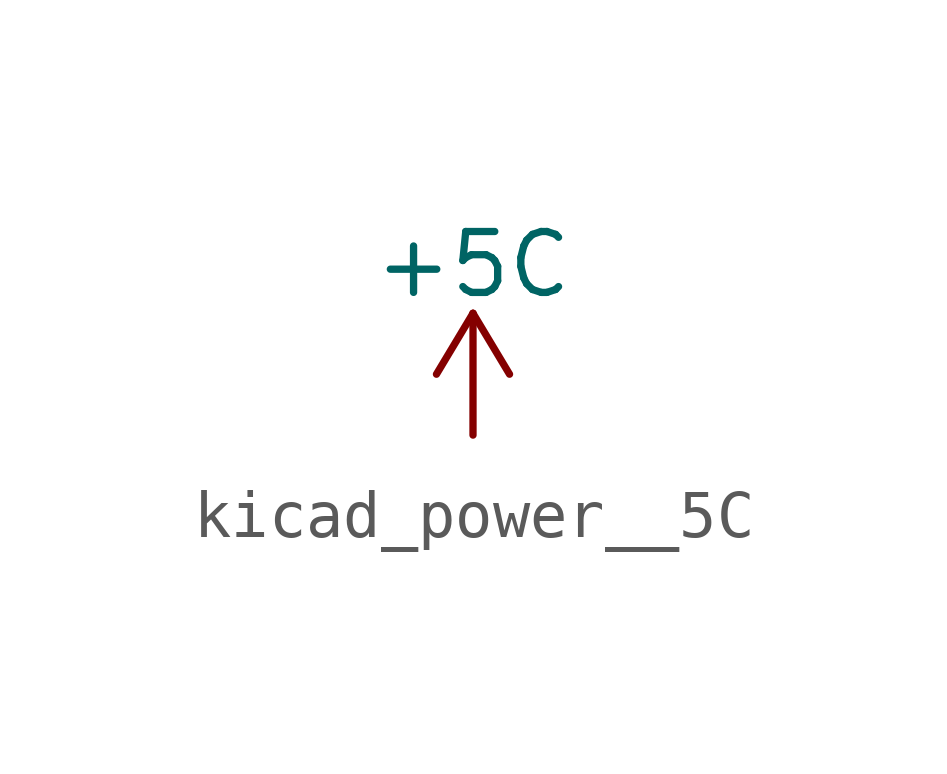
<source format=kicad_sym>
(kicad_symbol_lib
  (version 20220914)
  (generator kicad_symbol_editor)
  (symbol "kicad_power__5C"
    (power)
    (pin_names
      (offset 0))
    (property "Reference" "#PWR"
      (at 0 -3.81 0)
      (effects (font (size 1.27 1.27)) hide))
    (property "Value" "+5C"
      (at 0 3.556 0)
      (effects (font (size 1.27 1.27))))
    (symbol "kicad_power__5C_0_1"
      (polyline (pts (xy -0.762 1.27) (xy 0 2.54)) (stroke (width 0) (type default)) (fill (type none)))
      (polyline (pts (xy 0 0) (xy 0 2.54)) (stroke (width 0) (type default)) (fill (type none)))
      (polyline (pts (xy 0 2.54) (xy 0.762 1.27)) (stroke (width 0) (type default)) (fill (type none))))
    (symbol "kicad_power__5C_1_1"
      (pin power_in line (at 0 0 90) (length 0) hide (name "+5C" (effects (font (size 1.27 1.27)))) (number "1" (effects (font (size 1.27 1.27))))))))
</source>
